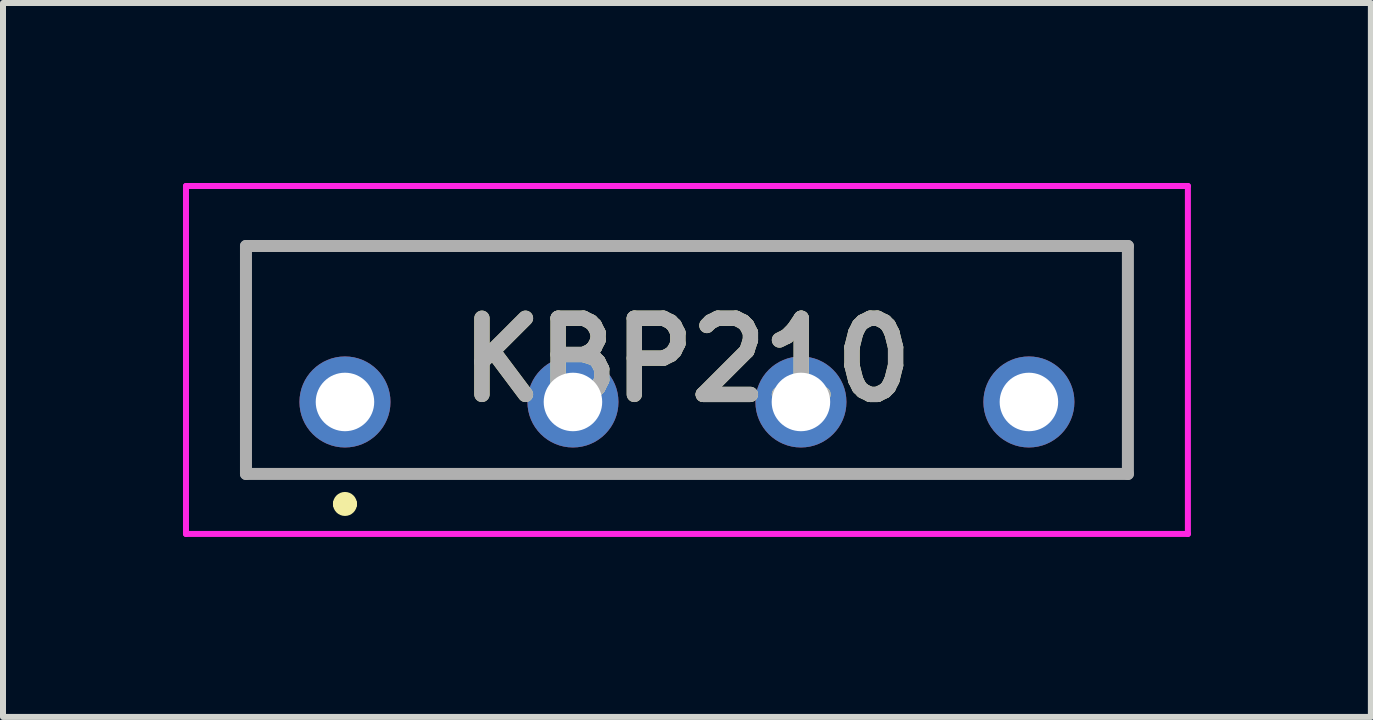
<source format=kicad_pcb>
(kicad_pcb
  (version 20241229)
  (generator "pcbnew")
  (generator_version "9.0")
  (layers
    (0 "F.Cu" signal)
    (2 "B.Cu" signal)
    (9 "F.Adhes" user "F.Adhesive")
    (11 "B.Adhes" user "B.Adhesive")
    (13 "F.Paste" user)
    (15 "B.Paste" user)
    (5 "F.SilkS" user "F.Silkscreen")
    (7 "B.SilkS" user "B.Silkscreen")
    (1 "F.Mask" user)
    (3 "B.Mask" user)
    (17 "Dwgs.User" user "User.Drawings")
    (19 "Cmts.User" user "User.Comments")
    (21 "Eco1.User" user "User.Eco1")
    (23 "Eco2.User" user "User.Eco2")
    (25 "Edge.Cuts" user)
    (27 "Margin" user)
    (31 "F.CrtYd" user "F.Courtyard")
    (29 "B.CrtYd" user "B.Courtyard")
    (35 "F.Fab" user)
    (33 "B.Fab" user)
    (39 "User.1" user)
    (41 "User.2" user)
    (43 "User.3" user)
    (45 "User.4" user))
  (footprint "KBP210"
    (layer "F.Cu")
    (at 2.7 3.65)
    (property "Reference" "KBP210" (at 5.7 -0.7 0) (layer "F.SilkS") (effects (font (size 1.27 1.27) (thickness 0.254))))
    (attr through_hole)
    (fp_line (start -1.65 -2.6) (end 13.05 -2.6) (stroke (width 0.1) (type solid)) (layer "F.SilkS"))
    (fp_line (start -1.65 1.2) (end -1.65 -2.6) (stroke (width 0.1) (type solid)) (layer "F.SilkS"))
    (fp_line (start -0.1 1.7) (end -0.1 1.7) (stroke (width 0.2) (type solid)) (layer "F.SilkS"))
    (fp_line (start 0.1 1.7) (end 0.1 1.7) (stroke (width 0.2) (type solid)) (layer "F.SilkS"))
    (fp_line (start 13.05 -2.6) (end 13.05 1.2) (stroke (width 0.1) (type solid)) (layer "F.SilkS"))
    (fp_line (start 13.05 1.2) (end -1.65 1.2) (stroke (width 0.1) (type solid)) (layer "F.SilkS"))
    (fp_arc (start -0.1 1.7) (mid 0 1.6) (end 0.1 1.7) (stroke (width 0.2) (type solid)) (layer "F.SilkS"))
    (fp_arc (start 0.1 1.7) (mid 0 1.8) (end -0.1 1.7) (stroke (width 0.2) (type solid)) (layer "F.SilkS"))
    (fp_line (start -2.65 -3.6) (end 14.05 -3.6) (stroke (width 0.1) (type solid)) (layer "F.CrtYd"))
    (fp_line (start -2.65 2.2) (end -2.65 -3.6) (stroke (width 0.1) (type solid)) (layer "F.CrtYd"))
    (fp_line (start 14.05 -3.6) (end 14.05 2.2) (stroke (width 0.1) (type solid)) (layer "F.CrtYd"))
    (fp_line (start 14.05 2.2) (end -2.65 2.2) (stroke (width 0.1) (type solid)) (layer "F.CrtYd"))
    (fp_line (start -1.65 -2.6) (end 13.05 -2.6) (stroke (width 0.2) (type solid)) (layer "F.Fab"))
    (fp_line (start -1.65 1.2) (end -1.65 -2.6) (stroke (width 0.2) (type solid)) (layer "F.Fab"))
    (fp_line (start 13.05 -2.6) (end 13.05 1.2) (stroke (width 0.2) (type solid)) (layer "F.Fab"))
    (fp_line (start 13.05 1.2) (end -1.65 1.2) (stroke (width 0.2) (type solid)) (layer "F.Fab"))
    (fp_text user "${REFERENCE}" (at 5.7 -0.7 0) (layer "F.Fab") (effects (font (size 1.27 1.27) (thickness 0.254))))
    (pad "1" thru_hole circle (at 0 0) (size 1.517 1.517) (drill 0.975) (layers "*.Cu" "*.Mask"))
    (pad "2" thru_hole circle (at 3.8 0) (size 1.517 1.517) (drill 0.975) (layers "*.Cu" "*.Mask"))
    (pad "3" thru_hole circle (at 7.6 0) (size 1.517 1.517) (drill 0.975) (layers "*.Cu" "*.Mask"))
    (pad "4" thru_hole circle (at 11.4 0) (size 1.517 1.517) (drill 0.975) (layers "*.Cu" "*.Mask")))
  (gr_rect
    (start -3 -3)
    (end 19.8 8.9)
    (stroke (width 0.1) (type default))
    (fill no)
    (layer "Edge.Cuts")))
</source>
